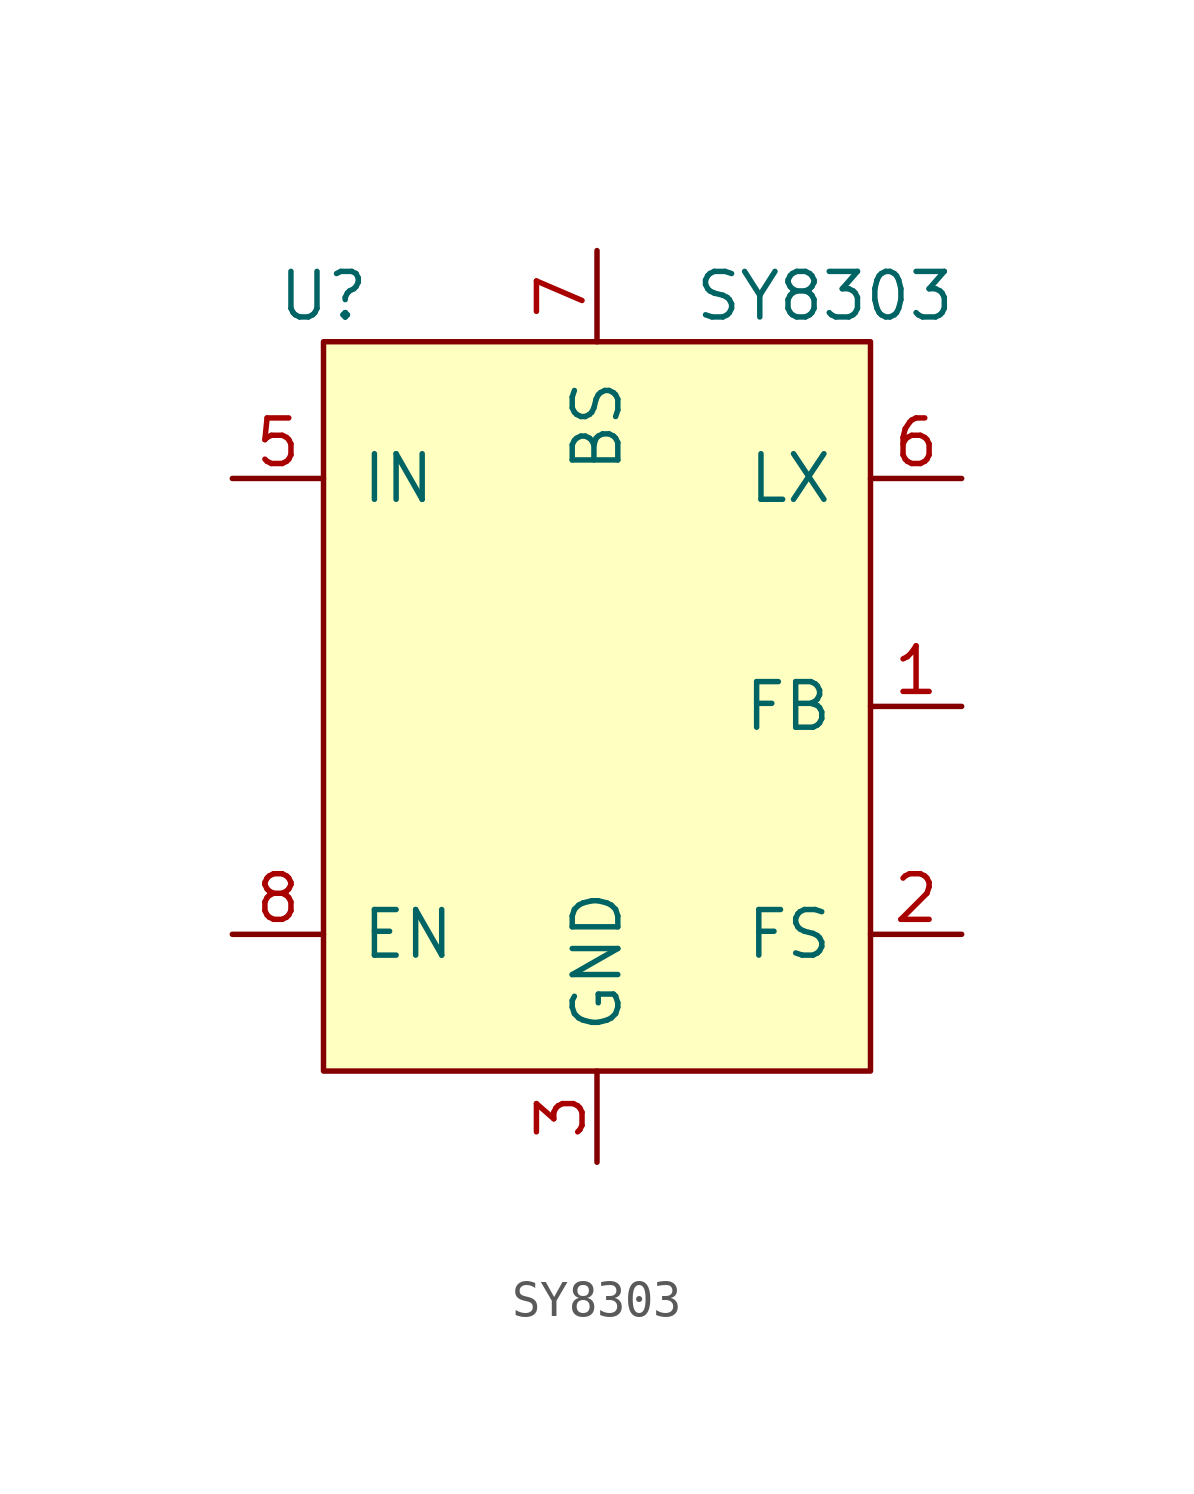
<source format=kicad_sym>
(kicad_symbol_lib
  (version 20211014)
  (generator kicad_symbol_editor)
  (symbol "SY8303"
    (pin_names
      (offset 1.016))
    (property "Reference" "U"
      (at -7.62 11.43 0)
      (effects (font (size 1.27 1.27))))
    (property "Value" "SY8303"
      (at 6.35 11.43 0)
      (effects (font (size 1.27 1.27))))
    (symbol "SY8303_0_0"
      (pin input line (at 10.16 0 180) (length 2.54) (name "FB" (effects (font (size 1.27 1.27)))) (number "1" (effects (font (size 1.27 1.27)))))
      (pin input line (at 10.16 -6.35 180) (length 2.54) (name "FS" (effects (font (size 1.27 1.27)))) (number "2" (effects (font (size 1.27 1.27)))))
      (pin power_in line (at 0 -12.7 90) (length 2.54) (name "GND" (effects (font (size 1.27 1.27)))) (number "3" (effects (font (size 1.27 1.27)))))
      (pin power_in line (at 0 -12.7 90) (length 2.54) hide (name "GND" (effects (font (size 1.27 1.27)))) (number "4" (effects (font (size 1.27 1.27)))))
      (pin power_in line (at -10.16 6.35 0) (length 2.54) (name "IN" (effects (font (size 1.27 1.27)))) (number "5" (effects (font (size 1.27 1.27)))))
      (pin output line (at 10.16 6.35 180) (length 2.54) (name "LX" (effects (font (size 1.27 1.27)))) (number "6" (effects (font (size 1.27 1.27)))))
      (pin input line (at 0 12.7 270) (length 2.54) (name "BS" (effects (font (size 1.27 1.27)))) (number "7" (effects (font (size 1.27 1.27)))))
      (pin input line (at -10.16 -6.35 0) (length 2.54) (name "EN" (effects (font (size 1.27 1.27)))) (number "8" (effects (font (size 1.27 1.27))))))
    (symbol "SY8303_0_1"
      (rectangle (start -7.62 10.16) (end 7.62 -10.16) (stroke (width 0) (type default) (color 0 0 0 0)) (fill (type background))))))
</source>
